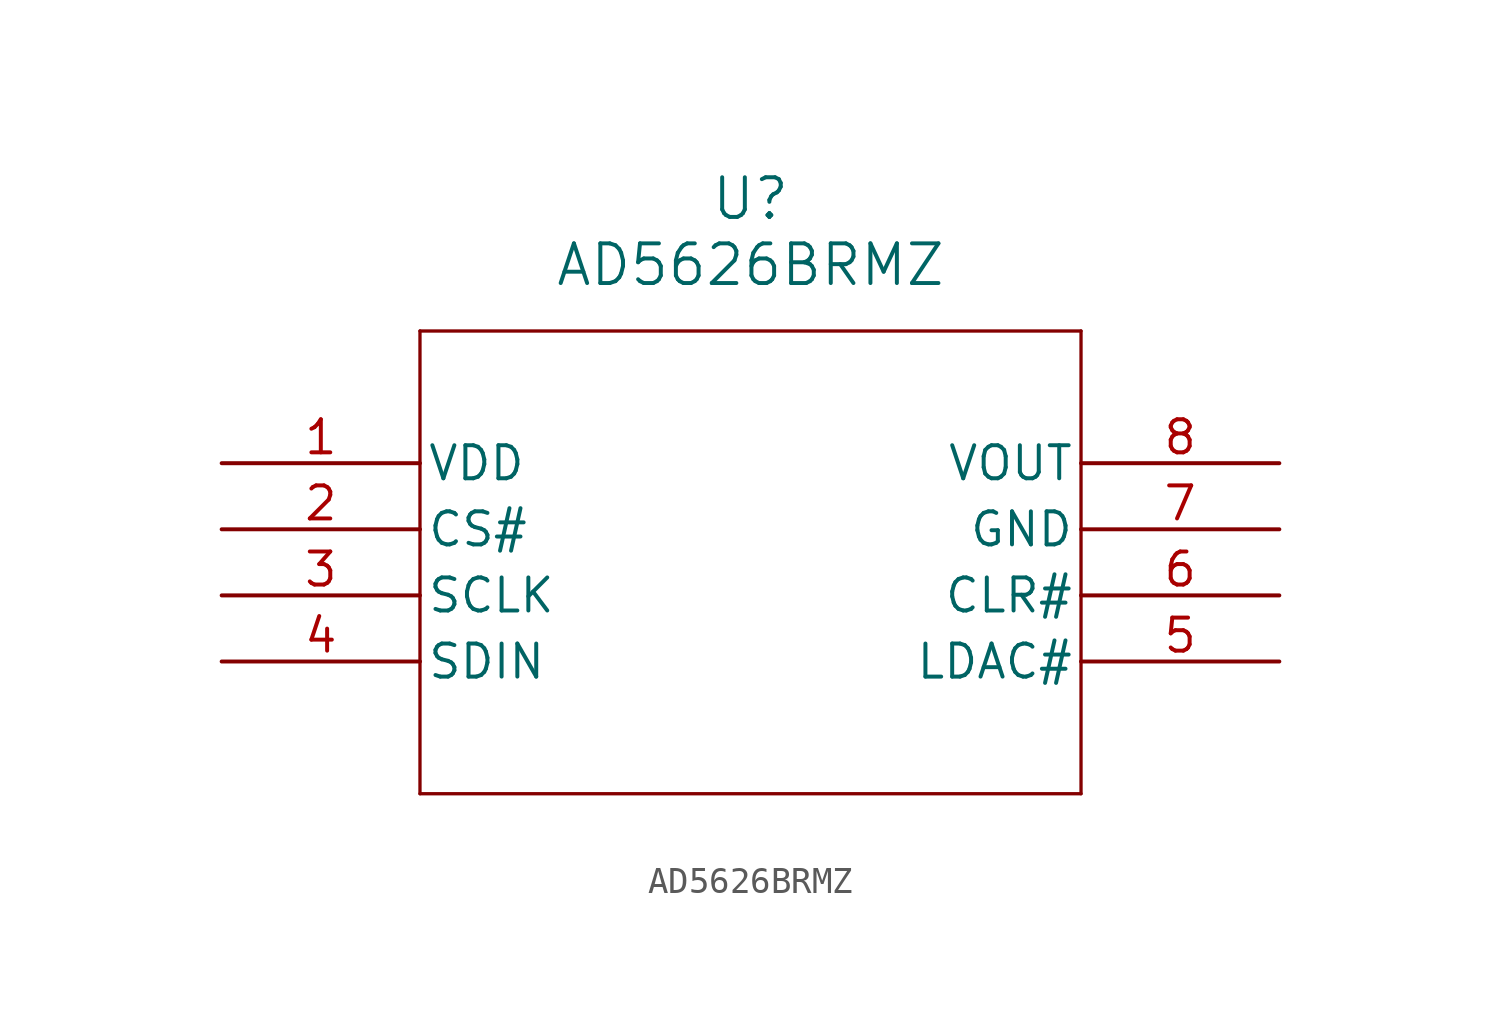
<source format=kicad_sym>
(kicad_symbol_lib
  (version 20211014)
  (generator kicad_symbol_editor)
  (symbol "AD5626BRMZ"
    (pin_names
      (offset 0.254))
    (property "Reference" "U"
      (at 20.32 10.16 0)
      (effects (font (size 1.524 1.524))))
    (property "Value" "AD5626BRMZ"
      (at 20.32 7.62 0)
      (effects (font (size 1.524 1.524))))
    (symbol "AD5626BRMZ_0_1"
      (polyline (pts (xy 7.62 5.08) (xy 7.62 -12.7)) (stroke (width 0.127) (type default) (color 0 0 0 0)) (fill (type none)))
      (polyline (pts (xy 7.62 -12.7) (xy 33.02 -12.7)) (stroke (width 0.127) (type default) (color 0 0 0 0)) (fill (type none)))
      (polyline (pts (xy 33.02 -12.7) (xy 33.02 5.08)) (stroke (width 0.127) (type default) (color 0 0 0 0)) (fill (type none)))
      (polyline (pts (xy 33.02 5.08) (xy 7.62 5.08)) (stroke (width 0.127) (type default) (color 0 0 0 0)) (fill (type none)))
      (pin power_in line (at 0 0 0) (length 7.62) (name "VDD" (effects (font (size 1.27 1.27)))) (number "1" (effects (font (size 1.27 1.27)))))
      (pin unspecified line (at 0 -2.54 0) (length 7.62) (name "CS#" (effects (font (size 1.27 1.27)))) (number "2" (effects (font (size 1.27 1.27)))))
      (pin unspecified line (at 0 -5.08 0) (length 7.62) (name "SCLK" (effects (font (size 1.27 1.27)))) (number "3" (effects (font (size 1.27 1.27)))))
      (pin unspecified line (at 0 -7.62 0) (length 7.62) (name "SDIN" (effects (font (size 1.27 1.27)))) (number "4" (effects (font (size 1.27 1.27)))))
      (pin unspecified line (at 40.64 -7.62 180) (length 7.62) (name "LDAC#" (effects (font (size 1.27 1.27)))) (number "5" (effects (font (size 1.27 1.27)))))
      (pin unspecified line (at 40.64 -5.08 180) (length 7.62) (name "CLR#" (effects (font (size 1.27 1.27)))) (number "6" (effects (font (size 1.27 1.27)))))
      (pin unspecified line (at 40.64 -2.54 180) (length 7.62) (name "GND" (effects (font (size 1.27 1.27)))) (number "7" (effects (font (size 1.27 1.27)))))
      (pin unspecified line (at 40.64 0 180) (length 7.62) (name "VOUT" (effects (font (size 1.27 1.27)))) (number "8" (effects (font (size 1.27 1.27))))))))
</source>
